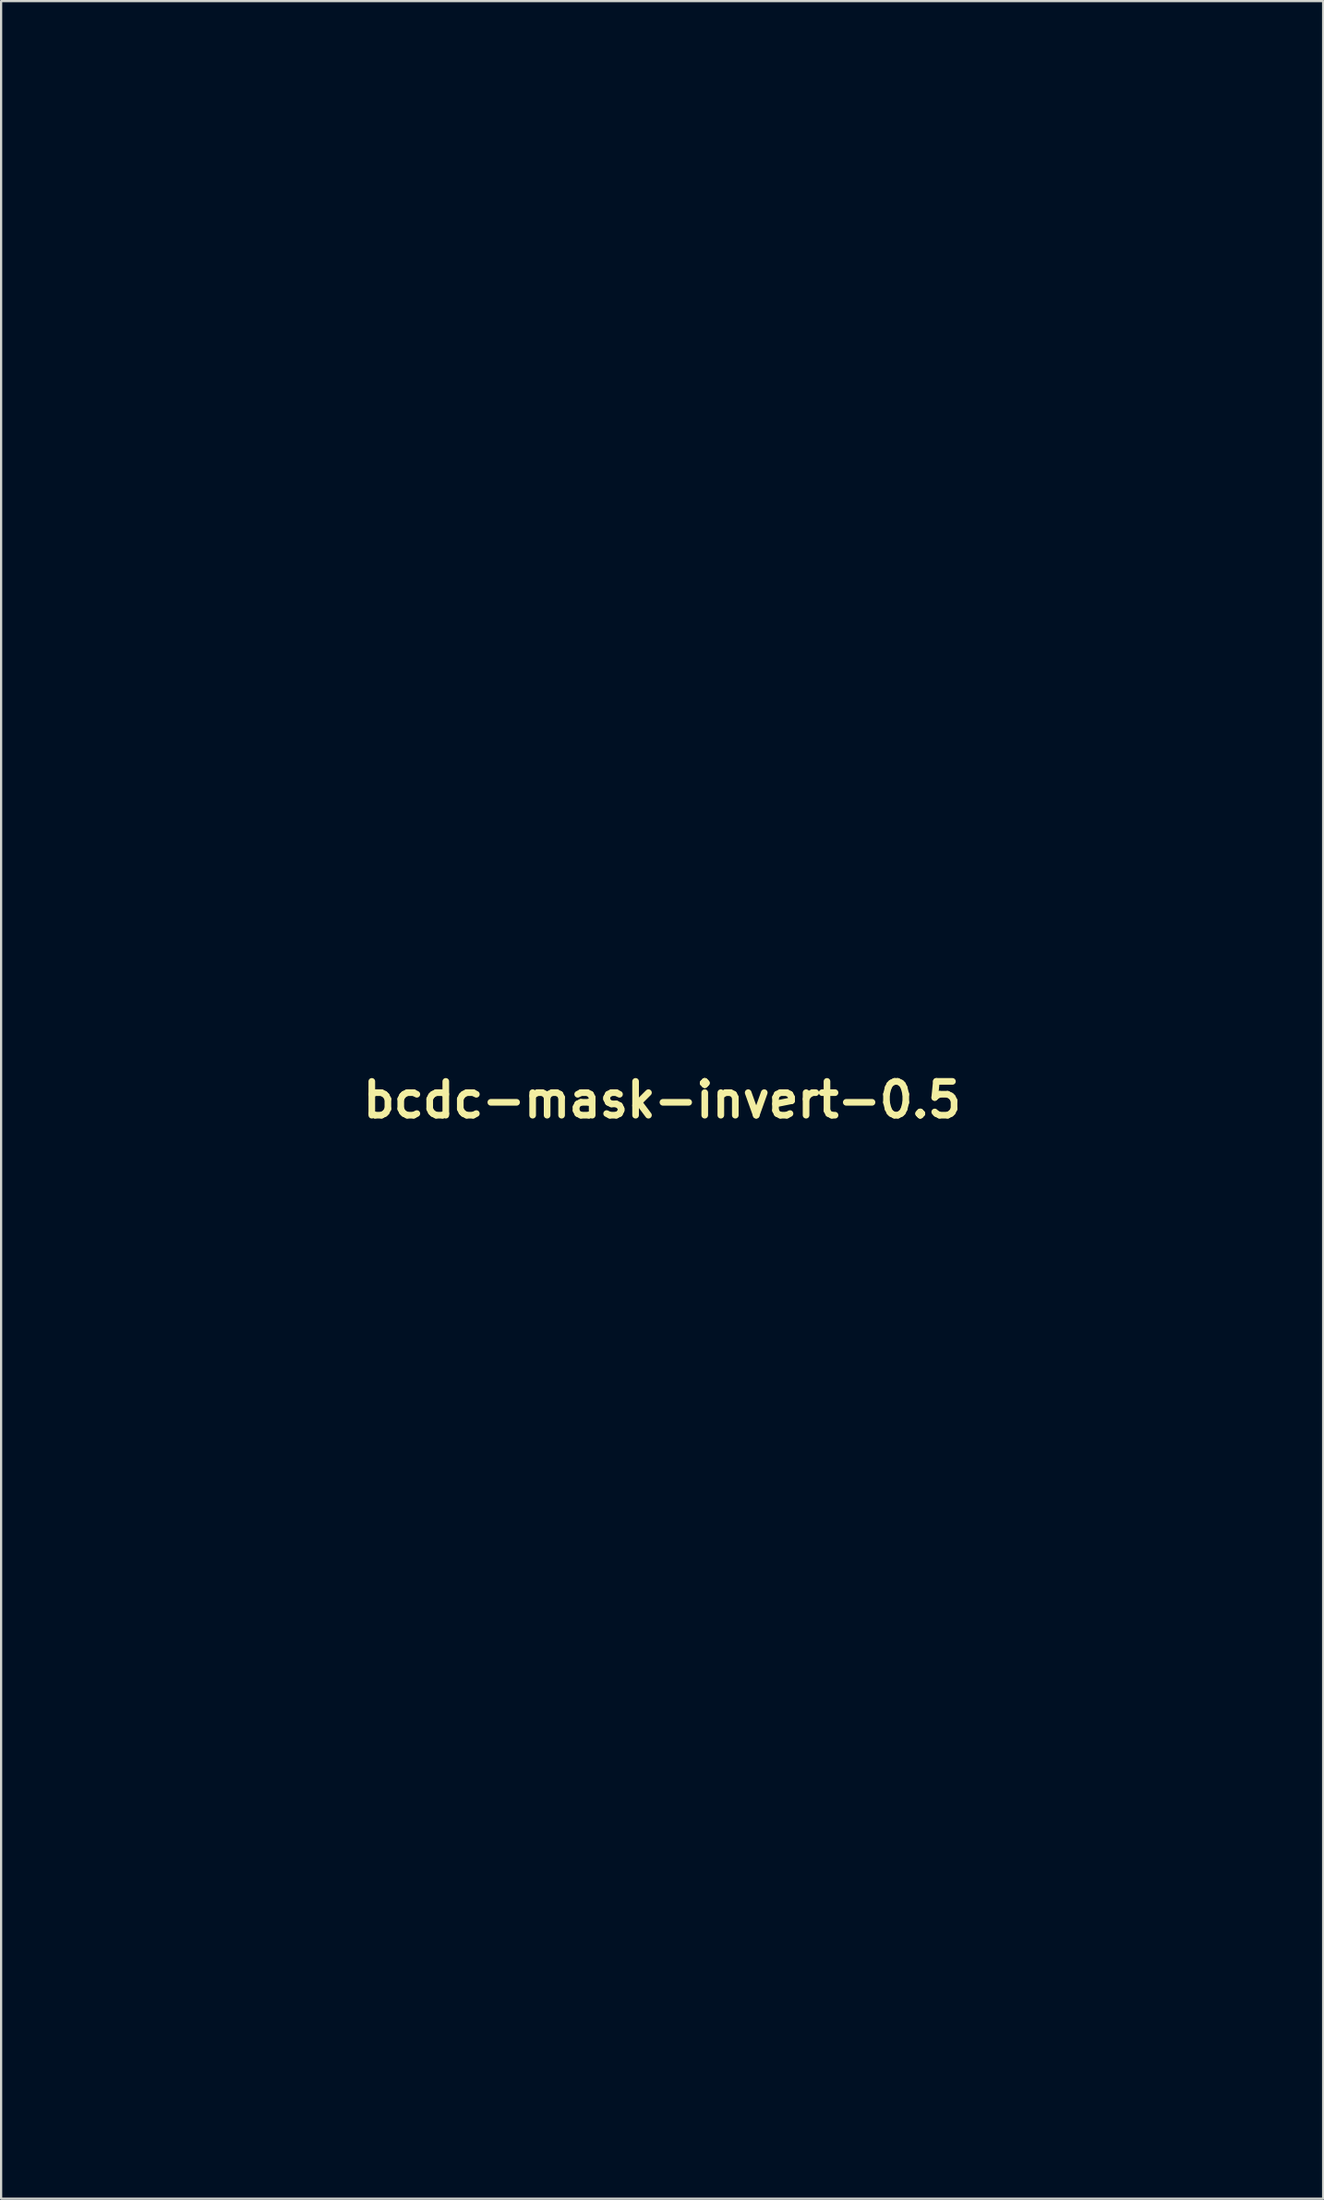
<source format=kicad_pcb>
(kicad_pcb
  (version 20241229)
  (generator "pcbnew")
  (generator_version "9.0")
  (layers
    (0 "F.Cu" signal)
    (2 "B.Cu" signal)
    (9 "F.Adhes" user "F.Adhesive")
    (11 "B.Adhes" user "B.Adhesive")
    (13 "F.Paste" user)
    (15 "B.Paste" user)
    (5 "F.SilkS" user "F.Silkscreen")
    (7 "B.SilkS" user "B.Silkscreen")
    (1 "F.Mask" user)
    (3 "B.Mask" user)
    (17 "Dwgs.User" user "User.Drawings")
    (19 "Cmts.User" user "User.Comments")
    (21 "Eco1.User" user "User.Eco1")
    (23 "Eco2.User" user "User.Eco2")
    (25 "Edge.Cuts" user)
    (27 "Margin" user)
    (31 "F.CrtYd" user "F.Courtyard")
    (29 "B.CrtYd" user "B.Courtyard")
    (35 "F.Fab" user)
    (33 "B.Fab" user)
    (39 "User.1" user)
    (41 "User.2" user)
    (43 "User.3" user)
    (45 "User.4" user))
  (footprint "bcdc-mask-invert-0.5"
    (layer "F.Cu")
    (at 26.826 46.542)
    (property "Reference" "bcdc-mask-invert-0.5" (at 0 0 0) (layer "F.SilkS") (effects (font (size 1.524 1.524) (thickness 0.3))))
    (attr through_hole)
    (fp_poly (pts (xy -4.035 -20.154) (xy -3.774 -19.882) (xy -3.748 -17.445) (xy -3.742 -16.656) (xy -3.742 -16.024) (xy -3.753 -15.528) (xy -3.777 -15.15) (xy -3.817 -14.868) (xy -3.876 -14.662) (xy -3.956 -14.512) (xy -4.061 -14.398) (xy -4.194 -14.299) (xy -4.196 -14.298) (xy -4.323 -14.272) (xy -4.611 -14.248) (xy -5.043 -14.226) (xy -5.603 -14.206) (xy -6.274 -14.188) (xy -7.04 -14.172) (xy -7.884 -14.159) (xy -8.789 -14.148) (xy -9.739 -14.139) (xy -10.717 -14.133) (xy -11.707 -14.129) (xy -12.692 -14.128) (xy -13.655 -14.129) (xy -14.58 -14.133) (xy -15.451 -14.14) (xy -16.249 -14.149) (xy -16.96 -14.161) (xy -17.567 -14.177) (xy -18.052 -14.195) (xy -18.399 -14.216) (xy -18.592 -14.24) (xy -18.617 -14.247) (xy -18.773 -14.32) (xy -18.897 -14.397) (xy -18.994 -14.5) (xy -19.066 -14.648) (xy -19.117 -14.86) (xy -19.15 -15.157) (xy -19.17 -15.557) (xy -19.18 -16.082) (xy -19.183 -16.749) (xy -19.183 -17.345) (xy -19.183 -19.907) (xy -18.664 -20.427) (xy -4.296 -20.427) (xy -4.035 -20.154)) (stroke (width 0.01) (type solid)) (fill yes) (layer "F.Mask"))
    (fp_poly (pts (xy 11.161 -20.425) (xy 12.463 -20.424) (xy 13.599 -20.423) (xy 14.58 -20.421) (xy 15.418 -20.418) (xy 16.126 -20.414) (xy 16.714 -20.409) (xy 17.194 -20.401) (xy 17.578 -20.392) (xy 17.878 -20.381) (xy 18.104 -20.367) (xy 18.269 -20.35) (xy 18.385 -20.33) (xy 18.462 -20.307) (xy 18.513 -20.281) (xy 18.529 -20.269) (xy 18.64 -20.171) (xy 18.727 -20.063) (xy 18.794 -19.924) (xy 18.843 -19.733) (xy 18.877 -19.468) (xy 18.899 -19.109) (xy 18.91 -18.635) (xy 18.916 -18.024) (xy 18.916 -17.302) (xy 18.916 -16.576) (xy 18.912 -16.006) (xy 18.905 -15.57) (xy 18.892 -15.245) (xy 18.873 -15.01) (xy 18.846 -14.843) (xy 18.809 -14.721) (xy 18.761 -14.622) (xy 18.743 -14.593) (xy 18.483 -14.324) (xy 18.233 -14.216) (xy 18.086 -14.199) (xy 17.778 -14.185) (xy 17.327 -14.172) (xy 16.749 -14.161) (xy 16.063 -14.151) (xy 15.284 -14.143) (xy 14.43 -14.137) (xy 13.517 -14.132) (xy 12.564 -14.129) (xy 11.586 -14.128) (xy 10.601 -14.129) (xy 9.626 -14.131) (xy 8.678 -14.134) (xy 7.774 -14.139) (xy 6.931 -14.146) (xy 6.166 -14.155) (xy 5.496 -14.165) (xy 4.938 -14.177) (xy 4.509 -14.19) (xy 4.226 -14.205) (xy 4.113 -14.219) (xy 3.851 -14.351) (xy 3.647 -14.534) (xy 3.594 -14.608) (xy 3.552 -14.696) (xy 3.52 -14.817) (xy 3.497 -14.993) (xy 3.482 -15.245) (xy 3.472 -15.593) (xy 3.466 -16.058) (xy 3.464 -16.661) (xy 3.464 -17.337) (xy 3.464 -19.907) (xy 3.983 -20.427) (xy 11.161 -20.425)) (stroke (width 0.01) (type solid)) (fill yes) (layer "F.Mask"))
    (fp_poly (pts (xy 0.538 -0.413) (xy 1.744 -0.3) (xy 2.931 -0.084) (xy 4.076 0.229) (xy 5.157 0.629) (xy 6.152 1.109) (xy 7.037 1.661) (xy 7.792 2.276) (xy 8.267 2.786) (xy 8.824 3.606) (xy 9.223 4.492) (xy 9.459 5.425) (xy 9.529 6.387) (xy 9.428 7.357) (xy 9.33 7.773) (xy 9.048 8.612) (xy 8.698 9.295) (xy 8.271 9.833) (xy 7.756 10.237) (xy 7.141 10.521) (xy 6.679 10.646) (xy 6.029 10.729) (xy 5.481 10.675) (xy 5.018 10.478) (xy 4.622 10.133) (xy 4.483 9.957) (xy 4.241 9.565) (xy 4.067 9.129) (xy 3.948 8.609) (xy 3.874 7.967) (xy 3.858 7.727) (xy 3.81 7.101) (xy 3.738 6.632) (xy 3.625 6.297) (xy 3.456 6.074) (xy 3.213 5.941) (xy 2.879 5.878) (xy 2.441 5.862) (xy 1.958 5.883) (xy 1.537 5.943) (xy 1.321 6.001) (xy 0.851 6.118) (xy 0.28 6.183) (xy -0.325 6.194) (xy -0.893 6.149) (xy -1.243 6.08) (xy -1.615 6.002) (xy -2.076 5.935) (xy -2.538 5.892) (xy -2.623 5.888) (xy -3.016 5.874) (xy -3.277 5.881) (xy -3.454 5.916) (xy -3.592 5.986) (xy -3.673 6.045) (xy -3.835 6.194) (xy -3.953 6.369) (xy -4.039 6.602) (xy -4.101 6.927) (xy -4.148 7.375) (xy -4.178 7.771) (xy -4.238 8.434) (xy -4.326 8.956) (xy -4.453 9.374) (xy -4.63 9.725) (xy -4.862 10.037) (xy -5.264 10.412) (xy -5.713 10.64) (xy -6.233 10.726) (xy -6.85 10.678) (xy -6.992 10.653) (xy -7.695 10.435) (xy -8.297 10.079) (xy -8.803 9.581) (xy -9.215 8.935) (xy -9.536 8.14) (xy -9.677 7.632) (xy -9.833 6.635) (xy -9.815 5.669) (xy -9.622 4.73) (xy -9.274 3.855) (xy -8.787 3.064) (xy -8.144 2.337) (xy -7.359 1.68) (xy -6.445 1.1) (xy -5.415 0.603) (xy -4.282 0.195) (xy -3.059 -0.116) (xy -1.758 -0.325) (xy -0.666 -0.415) (xy 0.538 -0.413)) (stroke (width 0.01) (type solid)) (fill yes) (layer "F.Mask"))
    (fp_poly (pts (xy 26.821 46.537) (xy -26.821 46.537) (xy -26.821 -2.464) (xy -21.787 -2.464) (xy -21.777 -1.899) (xy -21.74 -1.222) (xy -21.679 -0.464) (xy -21.596 0.343) (xy -21.497 1.169) (xy -21.382 1.982) (xy -21.257 2.751) (xy -21.124 3.445) (xy -21.082 3.634) (xy -20.762 4.852) (xy -20.357 5.992) (xy -19.848 7.1) (xy -19.215 8.224) (xy -18.826 8.837) (xy -18.462 9.369) (xy -18.014 9.995) (xy -17.511 10.673) (xy -16.985 11.361) (xy -16.467 12.019) (xy -15.989 12.606) (xy -15.935 12.67) (xy -15.35 13.467) (xy -14.927 14.284) (xy -14.654 15.153) (xy -14.521 16.038) (xy -14.514 16.357) (xy -14.533 16.838) (xy -14.576 17.466) (xy -14.64 18.228) (xy -14.725 19.109) (xy -14.828 20.095) (xy -14.947 21.173) (xy -15.082 22.328) (xy -15.229 23.547) (xy -15.389 24.815) (xy -15.558 26.118) (xy -15.735 27.442) (xy -15.918 28.773) (xy -16.105 30.098) (xy -16.296 31.402) (xy -16.487 32.67) (xy -16.678 33.89) (xy -16.867 35.047) (xy -16.887 35.169) (xy -17.064 36.309) (xy -17.186 37.299) (xy -17.253 38.157) (xy -17.264 38.901) (xy -17.218 39.55) (xy -17.115 40.122) (xy -16.955 40.637) (xy -16.736 41.112) (xy -16.723 41.136) (xy -16.348 41.665) (xy -15.843 42.136) (xy -15.281 42.493) (xy -14.859 42.67) (xy -14.282 42.855) (xy -13.571 43.044) (xy -12.748 43.233) (xy -11.835 43.417) (xy -10.853 43.593) (xy -9.824 43.756) (xy -8.769 43.902) (xy -7.711 44.026) (xy -7.46 44.051) (xy -6.47 44.136) (xy -5.338 44.208) (xy -4.098 44.266) (xy -2.784 44.309) (xy -1.432 44.338) (xy -0.076 44.352) (xy 1.249 44.35) (xy 2.51 44.332) (xy 3.67 44.298) (xy 4.696 44.246) (xy 4.885 44.233) (xy 6.274 44.125) (xy 7.528 44.006) (xy 8.691 43.87) (xy 9.804 43.712) (xy 10.912 43.526) (xy 12.056 43.306) (xy 12.123 43.292) (xy 12.905 43.128) (xy 13.539 42.983) (xy 14.049 42.848) (xy 14.462 42.715) (xy 14.805 42.576) (xy 15.103 42.423) (xy 15.347 42.271) (xy 15.833 41.896) (xy 16.201 41.478) (xy 16.504 40.956) (xy 16.564 40.83) (xy 16.733 40.385) (xy 16.854 39.892) (xy 16.926 39.335) (xy 16.948 38.696) (xy 16.921 37.957) (xy 16.844 37.1) (xy 16.718 36.109) (xy 16.542 34.966) (xy 16.532 34.903) (xy 16.249 33.134) (xy 15.961 31.227) (xy 15.672 29.224) (xy 15.388 27.163) (xy 15.114 25.085) (xy 14.857 23.031) (xy 14.62 21.039) (xy 14.472 19.716) (xy 14.358 18.645) (xy 14.273 17.726) (xy 14.224 16.935) (xy 14.218 16.248) (xy 14.259 15.641) (xy 14.355 15.091) (xy 14.513 14.573) (xy 14.737 14.064) (xy 15.036 13.539) (xy 15.414 12.974) (xy 15.879 12.346) (xy 16.436 11.631) (xy 16.692 11.308) (xy 17.554 10.19) (xy 18.292 9.164) (xy 18.917 8.205) (xy 19.441 7.29) (xy 19.876 6.397) (xy 20.235 5.503) (xy 20.528 4.584) (xy 20.769 3.618) (xy 20.821 3.375) (xy 20.948 2.701) (xy 21.068 1.964) (xy 21.178 1.189) (xy 21.276 0.402) (xy 21.359 -0.371) (xy 21.424 -1.103) (xy 21.47 -1.77) (xy 21.493 -2.345) (xy 21.491 -2.802) (xy 21.462 -3.116) (xy 21.452 -3.162) (xy 21.413 -3.297) (xy 21.371 -3.329) (xy 21.303 -3.244) (xy 21.186 -3.022) (xy 21.139 -2.931) (xy 21.028 -2.686) (xy 20.874 -2.312) (xy 20.692 -1.846) (xy 20.497 -1.327) (xy 20.338 -0.888) (xy 19.958 0.163) (xy 19.615 1.077) (xy 19.296 1.889) (xy 18.985 2.631) (xy 18.671 3.339) (xy 18.338 4.045) (xy 18.206 4.315) (xy 17.732 5.232) (xy 17.292 5.984) (xy 16.882 6.578) (xy 16.495 7.02) (xy 16.128 7.319) (xy 15.916 7.431) (xy 15.698 7.503) (xy 15.514 7.489) (xy 15.307 7.404) (xy 15.013 7.217) (xy 14.755 6.944) (xy 14.523 6.566) (xy 14.309 6.066) (xy 14.104 5.427) (xy 13.899 4.631) (xy 13.865 4.485) (xy 13.623 3.69) (xy 13.265 2.858) (xy 12.822 2.053) (xy 12.422 1.465) (xy 12.213 1.208) (xy 11.907 0.857) (xy 11.53 0.441) (xy 11.111 -0.008) (xy 10.677 -0.459) (xy 10.617 -0.521) (xy 9.435 -1.675) (xy 8.299 -2.671) (xy 7.197 -3.52) (xy 6.116 -4.23) (xy 5.084 -4.793) (xy 4.26 -5.169) (xy 3.485 -5.456) (xy 2.711 -5.664) (xy 1.891 -5.806) (xy 1.686 -5.825) (xy 21.939 -5.825) (xy 21.958 -5.183) (xy 22.026 -4.494) (xy 22.069 -4.203) (xy 22.241 -3.347) (xy 22.459 -2.59) (xy 22.715 -1.942) (xy 23.003 -1.412) (xy 23.314 -1.011) (xy 23.641 -0.749) (xy 23.977 -0.636) (xy 24.313 -0.681) (xy 24.594 -0.851) (xy 24.81 -1.09) (xy 24.966 -1.402) (xy 25.066 -1.811) (xy 25.114 -2.339) (xy 25.116 -3.01) (xy 25.107 -3.283) (xy 25.017 -4.378) (xy 24.843 -5.337) (xy 24.58 -6.179) (xy 24.48 -6.418) (xy 24.284 -6.773) (xy 24.08 -6.959) (xy 23.855 -6.983) (xy 23.716 -6.929) (xy 23.568 -6.754) (xy 23.546 -6.453) (xy 23.651 -6.028) (xy 23.71 -5.867) (xy 23.867 -5.387) (xy 24.01 -4.795) (xy 24.129 -4.157) (xy 24.211 -3.537) (xy 24.245 -3.002) (xy 24.245 -2.961) (xy 24.229 -2.525) (xy 24.188 -2.145) (xy 24.127 -1.852) (xy 24.052 -1.676) (xy 23.972 -1.647) (xy 23.853 -1.786) (xy 23.703 -2.058) (xy 23.536 -2.424) (xy 23.37 -2.845) (xy 23.222 -3.284) (xy 23.13 -3.61) (xy 22.968 -4.376) (xy 22.872 -5.125) (xy 22.845 -5.812) (xy 22.889 -6.394) (xy 22.91 -6.513) (xy 22.961 -6.83) (xy 22.978 -7.105) (xy 22.966 -7.235) (xy 22.841 -7.423) (xy 22.626 -7.499) (xy 22.378 -7.447) (xy 22.324 -7.416) (xy 22.163 -7.215) (xy 22.044 -6.866) (xy 21.969 -6.394) (xy 21.939 -5.825) (xy 1.686 -5.825) (xy 0.978 -5.891) (xy 0.266 -5.923) (xy -0.875 -5.927) (xy -1.891 -5.859) (xy -2.826 -5.711) (xy -3.719 -5.476) (xy -4.612 -5.145) (xy -5.284 -4.841) (xy -6.269 -4.32) (xy -7.232 -3.717) (xy -8.194 -3.014) (xy -9.177 -2.196) (xy -10.203 -1.246) (xy -10.867 -0.587) (xy -11.307 -0.134) (xy -11.733 0.316) (xy -12.119 0.734) (xy -12.439 1.092) (xy -12.667 1.362) (xy -12.714 1.421) (xy -13.267 2.263) (xy -13.74 3.215) (xy -14.107 4.216) (xy -14.261 4.799) (xy -14.469 5.61) (xy -14.697 6.259) (xy -14.955 6.759) (xy -15.248 7.126) (xy -15.587 7.375) (xy -15.701 7.429) (xy -15.921 7.503) (xy -16.104 7.489) (xy -16.303 7.407) (xy -16.667 7.158) (xy -17.061 6.746) (xy -17.478 6.183) (xy -17.91 5.479) (xy -18.35 4.646) (xy -18.738 3.814) (xy -18.92 3.392) (xy -19.149 2.841) (xy -19.41 2.199) (xy -19.688 1.505) (xy -19.969 0.796) (xy -20.198 0.206) (xy -20.45 -0.443) (xy -20.698 -1.071) (xy -20.929 -1.648) (xy -21.132 -2.146) (xy -21.296 -2.536) (xy -21.408 -2.791) (xy -21.412 -2.798) (xy -21.707 -3.419) (xy -21.766 -2.886) (xy -21.787 -2.464) (xy -26.821 -2.464) (xy -26.821 -19.805) (xy -22.558 -19.805) (xy -22.558 -18.295) (xy -20.693 -18.295) (xy -20.693 -16.383) (xy -20.691 -15.689) (xy -20.68 -15.146) (xy -20.657 -14.725) (xy -20.616 -14.4) (xy -20.554 -14.143) (xy -20.464 -13.928) (xy -20.343 -13.726) (xy -20.199 -13.528) (xy -19.869 -13.205) (xy -19.43 -12.929) (xy -18.954 -12.739) (xy -18.815 -12.705) (xy -18.667 -12.694) (xy -18.356 -12.683) (xy -17.895 -12.673) (xy -17.299 -12.664) (xy -16.583 -12.656) (xy -15.76 -12.65) (xy -14.845 -12.645) (xy -13.852 -12.642) (xy -12.795 -12.641) (xy -11.689 -12.641) (xy -11.279 -12.642) (xy -4.13 -12.656) (xy -3.664 -12.866) (xy -3.33 -13.057) (xy -3.006 -13.306) (xy -2.878 -13.431) (xy -2.694 -13.644) (xy -2.551 -13.842) (xy -2.443 -14.053) (xy -2.365 -14.302) (xy -2.31 -14.617) (xy -2.273 -15.023) (xy -2.247 -15.549) (xy -2.227 -16.22) (xy -2.223 -16.38) (xy -2.176 -18.328) (xy -1.687 -18.511) (xy -1.284 -18.614) (xy -0.768 -18.678) (xy -0.192 -18.704) (xy 0.39 -18.691) (xy 0.924 -18.639) (xy 1.356 -18.548) (xy 1.465 -18.51) (xy 1.909 -18.334) (xy 1.954 -16.339) (xy 1.97 -15.675) (xy 1.988 -15.163) (xy 2.008 -14.777) (xy 2.035 -14.493) (xy 2.069 -14.284) (xy 2.115 -14.126) (xy 2.17 -13.996) (xy 2.496 -13.515) (xy 2.941 -13.1) (xy 3.367 -12.844) (xy 3.442 -12.811) (xy 3.52 -12.781) (xy 3.613 -12.756) (xy 3.733 -12.734) (xy 3.891 -12.716) (xy 4.1 -12.701) (xy 4.372 -12.688) (xy 4.718 -12.678) (xy 5.149 -12.671) (xy 5.679 -12.665) (xy 6.319 -12.661) (xy 7.08 -12.658) (xy 7.974 -12.657) (xy 9.014 -12.656) (xy 10.211 -12.656) (xy 11.19 -12.656) (xy 12.538 -12.655) (xy 13.72 -12.655) (xy 14.749 -12.655) (xy 15.635 -12.658) (xy 16.391 -12.663) (xy 17.028 -12.671) (xy 17.558 -12.684) (xy 17.994 -12.703) (xy 18.346 -12.727) (xy 18.627 -12.759) (xy 18.849 -12.799) (xy 19.023 -12.847) (xy 19.162 -12.906) (xy 19.276 -12.975) (xy 19.378 -13.056) (xy 19.48 -13.149) (xy 19.593 -13.256) (xy 19.636 -13.295) (xy 19.86 -13.507) (xy 20.035 -13.703) (xy 20.166 -13.909) (xy 20.26 -14.153) (xy 20.325 -14.461) (xy 20.366 -14.857) (xy 20.391 -15.368) (xy 20.406 -16.021) (xy 20.41 -16.319) (xy 20.439 -18.295) (xy 22.203 -18.295) (xy 22.203 -19.805) (xy 20.459 -19.805) (xy 20.302 -20.304) (xy 20.051 -20.834) (xy 19.671 -21.306) (xy 19.204 -21.668) (xy 19.047 -21.751) (xy 18.974 -21.784) (xy 18.897 -21.813) (xy 18.804 -21.837) (xy 18.682 -21.859) (xy 18.521 -21.877) (xy 18.309 -21.892) (xy 18.033 -21.904) (xy 17.682 -21.914) (xy 17.245 -21.921) (xy 16.708 -21.927) (xy 16.062 -21.931) (xy 15.293 -21.934) (xy 14.389 -21.935) (xy 13.34 -21.936) (xy 12.134 -21.936) (xy 11.197 -21.936) (xy 9.647 -21.935) (xy 8.273 -21.932) (xy 7.074 -21.926) (xy 6.05 -21.919) (xy 5.199 -21.909) (xy 4.52 -21.897) (xy 4.012 -21.882) (xy 3.674 -21.865) (xy 3.504 -21.846) (xy 3.492 -21.843) (xy 2.943 -21.545) (xy 2.486 -21.111) (xy 2.149 -20.568) (xy 2.047 -20.308) (xy 1.963 -20.093) (xy 1.873 -20.011) (xy 1.729 -20.024) (xy 1.7 -20.031) (xy 1.011 -20.168) (xy 0.244 -20.237) (xy -0.536 -20.239) (xy -1.263 -20.172) (xy -1.71 -20.082) (xy -2.023 -20.004) (xy -2.203 -19.972) (xy -2.286 -19.988) (xy -2.308 -20.05) (xy -2.309 -20.077) (xy -2.385 -20.434) (xy -2.589 -20.822) (xy -2.89 -21.199) (xy -3.254 -21.523) (xy -3.64 -21.75) (xy -3.72 -21.783) (xy -3.801 -21.812) (xy -3.896 -21.838) (xy -4.016 -21.859) (xy -4.173 -21.877) (xy -4.379 -21.892) (xy -4.646 -21.904) (xy -4.984 -21.913) (xy -5.407 -21.919) (xy -5.926 -21.924) (xy -6.553 -21.926) (xy -7.299 -21.926) (xy -8.177 -21.925) (xy -9.197 -21.923) (xy -10.373 -21.92) (xy -11.617 -21.916) (xy -19.153 -21.892) (xy -19.59 -21.623) (xy -19.976 -21.316) (xy -20.311 -20.921) (xy -20.555 -20.493) (xy -20.661 -20.149) (xy -20.716 -19.805) (xy -22.558 -19.805) (xy -26.821 -19.805) (xy -26.821 -32.223) (xy -20.327 -32.223) (xy -20.261 -32.15) (xy -20.258 -32.15) (xy -20.177 -32.216) (xy -20.01 -32.398) (xy -19.778 -32.671) (xy -19.503 -33.009) (xy -19.393 -33.149) (xy -18.722 -33.977) (xy -17.999 -34.821) (xy -17.247 -35.661) (xy -16.484 -36.474) (xy -15.732 -37.24) (xy -15.011 -37.938) (xy -14.342 -38.547) (xy -13.744 -39.046) (xy -13.433 -39.28) (xy -12.279 -40.002) (xy -11.071 -40.556) (xy -9.811 -40.94) (xy -8.678 -41.135) (xy -7.883 -41.18) (xy -6.96 -41.155) (xy -5.942 -41.064) (xy -4.862 -40.911) (xy -3.754 -40.701) (xy -2.65 -40.439) (xy -1.726 -40.174) (xy -1.147 -40) (xy -0.691 -39.883) (xy -0.315 -39.824) (xy 0.027 -39.821) (xy 0.376 -39.872) (xy 0.779 -39.978) (xy 1.166 -40.1) (xy 1.949 -40.329) (xy 2.85 -40.553) (xy 3.813 -40.758) (xy 4.778 -40.934) (xy 5.686 -41.069) (xy 6.288 -41.135) (xy 7.641 -41.178) (xy 8.929 -41.06) (xy 10.16 -40.777) (xy 11.343 -40.328) (xy 12.485 -39.708) (xy 13.597 -38.916) (xy 13.948 -38.625) (xy 15.011 -37.668) (xy 16.065 -36.625) (xy 17.129 -35.475) (xy 18.224 -34.195) (xy 18.927 -33.329) (xy 19.353 -32.807) (xy 19.681 -32.434) (xy 19.911 -32.21) (xy 20.045 -32.134) (xy 20.081 -32.207) (xy 20.021 -32.429) (xy 19.865 -32.801) (xy 19.613 -33.321) (xy 19.453 -33.633) (xy 18.489 -35.337) (xy 17.45 -36.88) (xy 16.336 -38.262) (xy 15.147 -39.484) (xy 13.883 -40.544) (xy 12.544 -41.444) (xy 11.13 -42.182) (xy 10.791 -42.331) (xy 9.353 -42.865) (xy 7.768 -43.314) (xy 6.045 -43.678) (xy 4.352 -43.933) (xy 3.847 -43.981) (xy 3.198 -44.022) (xy 2.436 -44.054) (xy 1.592 -44.079) (xy 0.696 -44.094) (xy -0.222 -44.102) (xy -1.132 -44.1) (xy -2.001 -44.089) (xy -2.801 -44.07) (xy -3.501 -44.041) (xy -4.07 -44.002) (xy -4.307 -43.978) (xy -5.811 -43.772) (xy -7.169 -43.529) (xy -8.411 -43.24) (xy -9.566 -42.898) (xy -10.663 -42.495) (xy -11.731 -42.022) (xy -11.945 -41.918) (xy -13.325 -41.138) (xy -14.63 -40.199) (xy -15.857 -39.101) (xy -17.004 -37.848) (xy -17.576 -37.125) (xy -17.988 -36.558) (xy -18.394 -35.961) (xy -18.786 -35.352) (xy -19.154 -34.748) (xy -19.489 -34.167) (xy -19.781 -33.627) (xy -20.02 -33.144) (xy -20.197 -32.738) (xy -20.302 -32.425) (xy -20.327 -32.223) (xy -26.821 -32.223) (xy -26.821 -46.537) (xy 26.821 -46.537) (xy 26.821 46.537)) (stroke (width 0.01) (type solid)) (fill yes) (layer "F.Mask")))
  (gr_rect
    (start -3 -3)
    (end 56.652 96.084)
    (stroke (width 0.1) (type default))
    (fill no)
    (layer "Edge.Cuts")))
</source>
